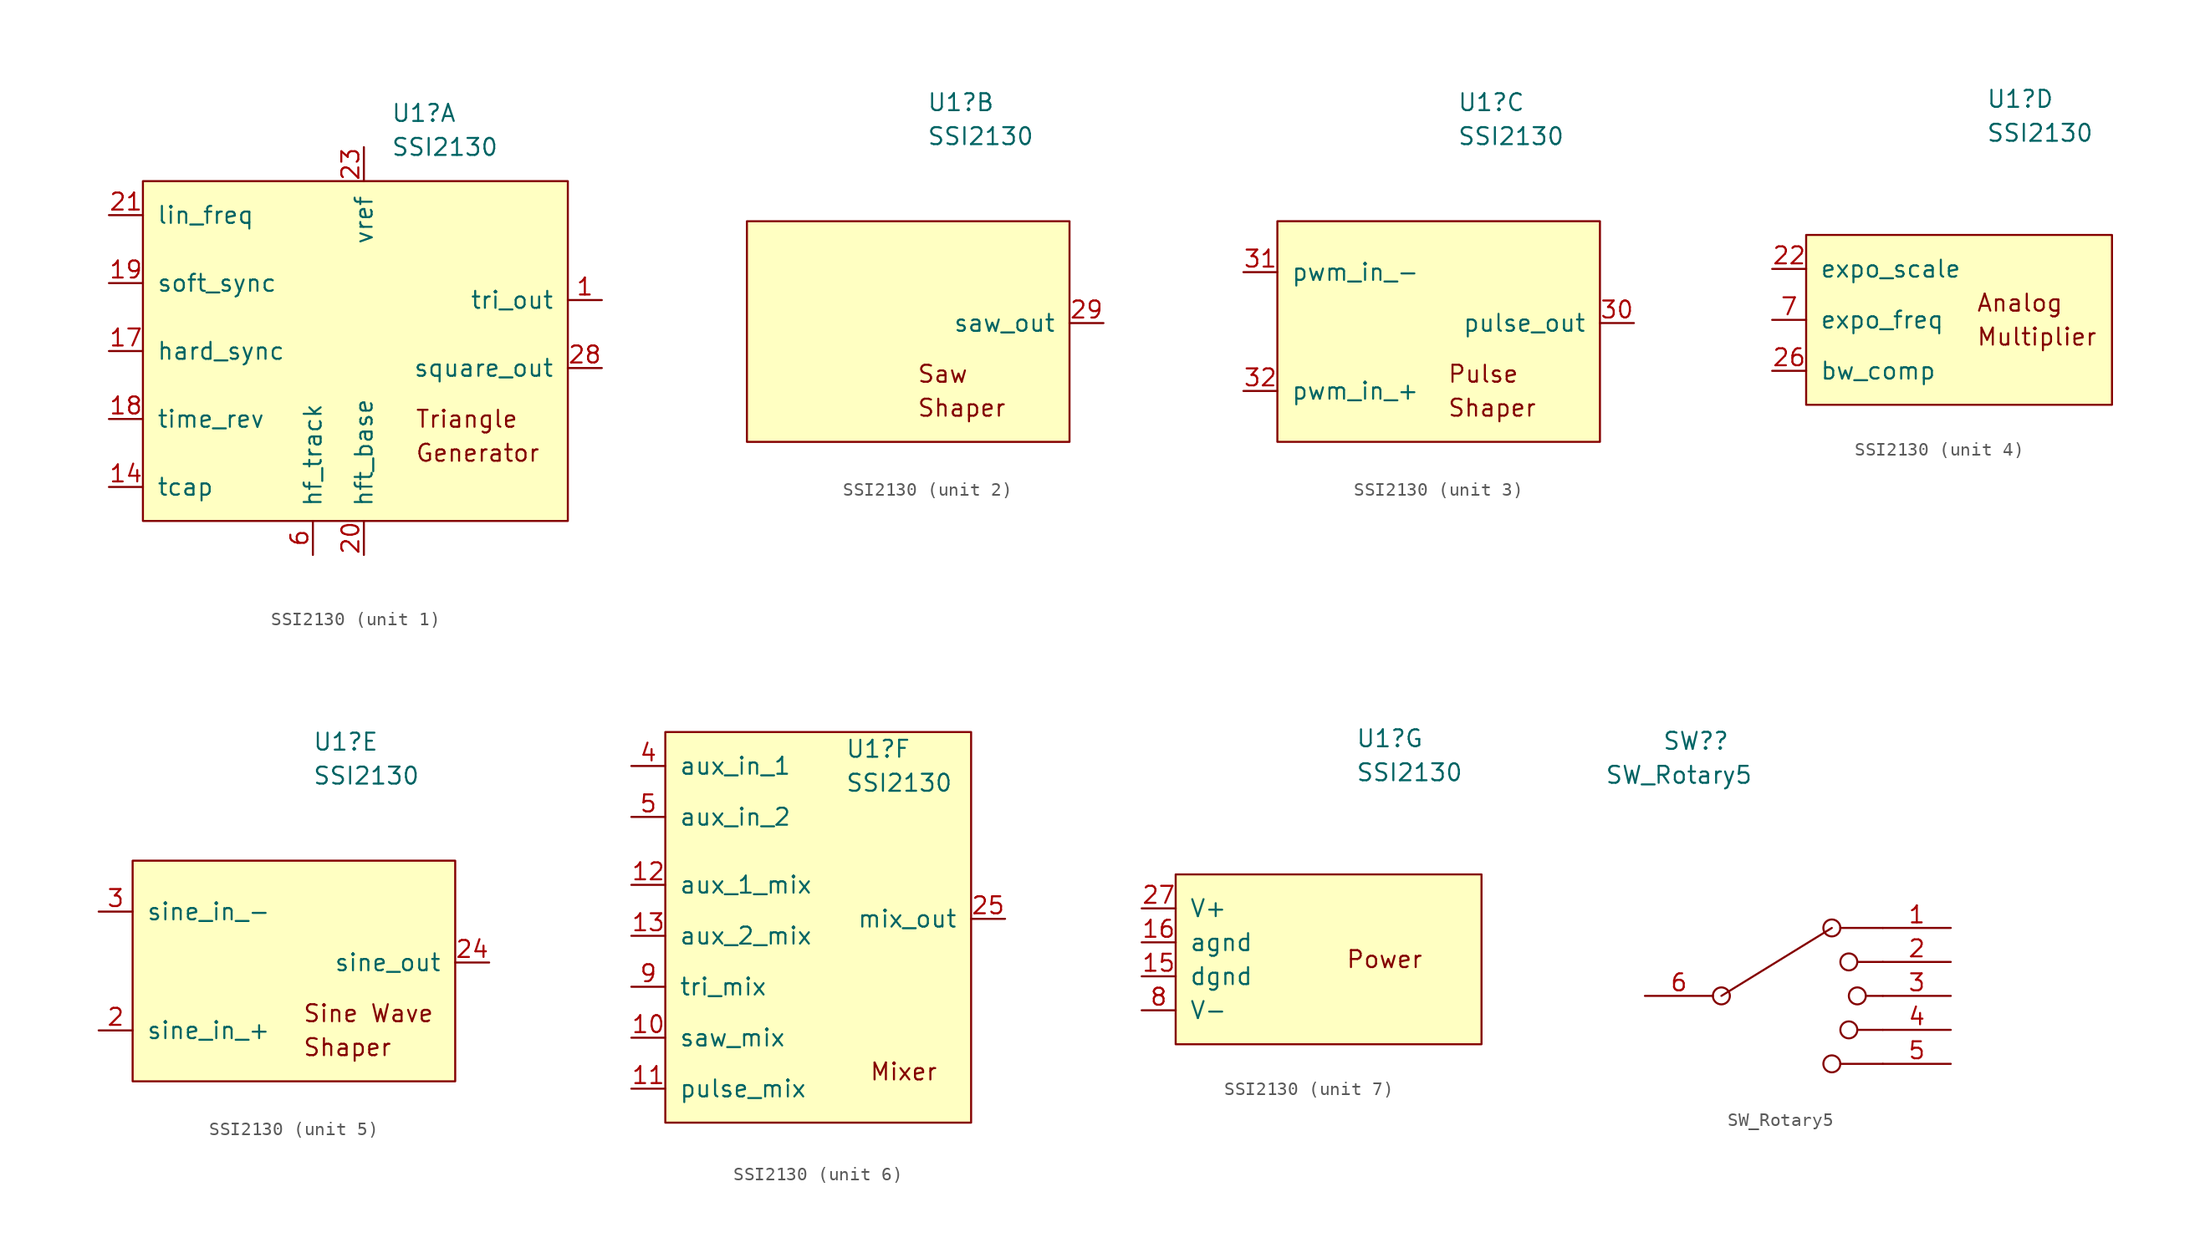
<source format=kicad_sym>
(kicad_symbol_lib
  (version 20211014)
  (generator kicad_symbol_editor)
  (symbol "SSI2130"
    (pin_names
      (offset 1.016))
    (property "Reference" "U1"
      (at 2.019 16.51 0)
      (effects (font (size 1.27 1.27)) (justify left)))
    (property "Value" "SSI2130"
      (at 2.019 13.97 0)
      (effects (font (size 1.27 1.27)) (justify left)))
    (property "ki_locked" ""
      (at 0 0 0)
      (effects (font (size 1.27 1.27))))
    (symbol "SSI2130_1_0"
      (polyline (pts (xy -16.51 11.43) (xy -16.51 -13.97) (xy 15.24 -13.97) (xy 15.24 11.43) (xy 6.35 11.43) (xy -16.51 11.43)) (stroke (width 0) (type default) (color 0 0 0 0)) (fill (type background)))
      (text "Generator" (at 3.81 -8.89 0) (effects (font (size 1.27 1.27)) (justify left)))
      (text "Triangle" (at 3.81 -6.35 0) (effects (font (size 1.27 1.27)) (justify left))))
    (symbol "SSI2130_1_1"
      (pin output line (at 17.78 2.54 180) (length 2.54) (name "tri_out" (effects (font (size 1.27 1.27)))) (number "1" (effects (font (size 1.27 1.27)))))
      (pin input line (at -19.05 -11.43 0) (length 2.54) (name "tcap" (effects (font (size 1.27 1.27)))) (number "14" (effects (font (size 1.27 1.27)))))
      (pin input line (at -19.05 -1.27 0) (length 2.54) (name "hard_sync" (effects (font (size 1.27 1.27)))) (number "17" (effects (font (size 1.27 1.27)))))
      (pin input line (at -19.05 -6.35 0) (length 2.54) (name "time_rev" (effects (font (size 1.27 1.27)))) (number "18" (effects (font (size 1.27 1.27)))))
      (pin input line (at -19.05 3.81 0) (length 2.54) (name "soft_sync" (effects (font (size 1.27 1.27)))) (number "19" (effects (font (size 1.27 1.27)))))
      (pin input line (at 0 -16.51 90) (length 2.54) (name "hft_base" (effects (font (size 1.27 1.27)))) (number "20" (effects (font (size 1.27 1.27)))))
      (pin input line (at -19.05 8.89 0) (length 2.54) (name "lin_freq" (effects (font (size 1.27 1.27)))) (number "21" (effects (font (size 1.27 1.27)))))
      (pin input line (at 0 13.97 270) (length 2.54) (name "vref" (effects (font (size 1.27 1.27)))) (number "23" (effects (font (size 1.27 1.27)))))
      (pin output line (at 17.78 -2.54 180) (length 2.54) (name "square_out" (effects (font (size 1.27 1.27)))) (number "28" (effects (font (size 1.27 1.27)))))
      (pin input line (at -3.81 -16.51 90) (length 2.54) (name "hf_track" (effects (font (size 1.27 1.27)))) (number "6" (effects (font (size 1.27 1.27))))))
    (symbol "SSI2130_2_1"
      (polyline (pts (xy -11.43 0) (xy -11.43 7.62) (xy 12.7 7.62) (xy 12.7 -8.89) (xy -11.43 -8.89) (xy -11.43 0)) (stroke (width 0) (type default) (color 0 0 0 0)) (fill (type background)))
      (text "Saw" (at 1.27 -3.81 0) (effects (font (size 1.27 1.27)) (justify left)))
      (text "Shaper" (at 1.27 -6.35 0) (effects (font (size 1.27 1.27)) (justify left)))
      (pin output line (at 15.24 0 180) (length 2.54) (name "saw_out" (effects (font (size 1.27 1.27)))) (number "29" (effects (font (size 1.27 1.27))))))
    (symbol "SSI2130_3_1"
      (polyline (pts (xy 12.7 7.62) (xy -11.43 7.62) (xy -11.43 -8.89) (xy 12.7 -8.89) (xy 12.7 7.62)) (stroke (width 0) (type default) (color 0 0 0 0)) (fill (type background)))
      (text "Pulse" (at 1.27 -3.81 0) (effects (font (size 1.27 1.27)) (justify left)))
      (text "Shaper" (at 1.27 -6.35 0) (effects (font (size 1.27 1.27)) (justify left)))
      (pin output line (at 15.24 0 180) (length 2.54) (name "pulse_out" (effects (font (size 1.27 1.27)))) (number "30" (effects (font (size 1.27 1.27)))))
      (pin input line (at -13.97 3.81 0) (length 2.54) (name "pwm_in_-" (effects (font (size 1.27 1.27)))) (number "31" (effects (font (size 1.27 1.27)))))
      (pin input line (at -13.97 -5.08 0) (length 2.54) (name "pwm_in_+" (effects (font (size 1.27 1.27)))) (number "32" (effects (font (size 1.27 1.27))))))
    (symbol "SSI2130_4_1"
      (polyline (pts (xy -11.43 6.35) (xy -11.43 -6.35) (xy 11.43 -6.35) (xy 11.43 6.35) (xy -11.43 6.35)) (stroke (width 0) (type default) (color 0 0 0 0)) (fill (type background)))
      (text "Analog" (at 1.27 1.27 0) (effects (font (size 1.27 1.27)) (justify left)))
      (text "Multiplier" (at 1.27 -1.27 0) (effects (font (size 1.27 1.27)) (justify left)))
      (pin input line (at -13.97 3.81 0) (length 2.54) (name "expo_scale" (effects (font (size 1.27 1.27)))) (number "22" (effects (font (size 1.27 1.27)))))
      (pin input line (at -13.97 -3.81 0) (length 2.54) (name "bw_comp" (effects (font (size 1.27 1.27)))) (number "26" (effects (font (size 1.27 1.27)))))
      (pin input line (at -13.97 0 0) (length 2.54) (name "expo_freq" (effects (font (size 1.27 1.27)))) (number "7" (effects (font (size 1.27 1.27))))))
    (symbol "SSI2130_5_1"
      (polyline (pts (xy -11.43 7.62) (xy -11.43 -8.89) (xy 12.7 -8.89) (xy 12.7 7.62) (xy -11.43 7.62)) (stroke (width 0) (type default) (color 0 0 0 0)) (fill (type background)))
      (text "Shaper" (at 1.27 -6.35 0) (effects (font (size 1.27 1.27)) (justify left)))
      (text "Sine Wave" (at 1.27 -3.81 0) (effects (font (size 1.27 1.27)) (justify left)))
      (pin input line (at -13.97 -5.08 0) (length 2.54) (name "sine_in_+" (effects (font (size 1.27 1.27)))) (number "2" (effects (font (size 1.27 1.27)))))
      (pin output line (at 15.24 0 180) (length 2.54) (name "sine_out" (effects (font (size 1.27 1.27)))) (number "24" (effects (font (size 1.27 1.27)))))
      (pin input line (at -13.97 3.81 0) (length 2.54) (name "sine_in_-" (effects (font (size 1.27 1.27)))) (number "3" (effects (font (size 1.27 1.27))))))
    (symbol "SSI2130_6_1"
      (polyline (pts (xy 11.43 -11.43) (xy -11.43 -11.43) (xy -11.43 10.16) (xy -11.43 17.78) (xy 11.43 17.78) (xy 11.43 -11.43)) (stroke (width 0) (type default) (color 0 0 0 0)) (fill (type background)))
      (text "Mixer" (at 3.81 -7.62 0) (effects (font (size 1.27 1.27)) (justify left)))
      (pin input line (at -13.97 -5.08 0) (length 2.54) (name "saw_mix" (effects (font (size 1.27 1.27)))) (number "10" (effects (font (size 1.27 1.27)))))
      (pin input line (at -13.97 -8.89 0) (length 2.54) (name "pulse_mix" (effects (font (size 1.27 1.27)))) (number "11" (effects (font (size 1.27 1.27)))))
      (pin input line (at -13.97 6.35 0) (length 2.54) (name "aux_1_mix" (effects (font (size 1.27 1.27)))) (number "12" (effects (font (size 1.27 1.27)))))
      (pin input line (at -13.97 2.54 0) (length 2.54) (name "aux_2_mix" (effects (font (size 1.27 1.27)))) (number "13" (effects (font (size 1.27 1.27)))))
      (pin output line (at 13.97 3.81 180) (length 2.54) (name "mix_out" (effects (font (size 1.27 1.27)))) (number "25" (effects (font (size 1.27 1.27)))))
      (pin input line (at -13.97 15.24 0) (length 2.54) (name "aux_in_1" (effects (font (size 1.27 1.27)))) (number "4" (effects (font (size 1.27 1.27)))))
      (pin input line (at -13.97 11.43 0) (length 2.54) (name "aux_in_2" (effects (font (size 1.27 1.27)))) (number "5" (effects (font (size 1.27 1.27)))))
      (pin input line (at -13.97 -1.27 0) (length 2.54) (name "tri_mix" (effects (font (size 1.27 1.27)))) (number "9" (effects (font (size 1.27 1.27))))))
    (symbol "SSI2130_7_1"
      (polyline (pts (xy -11.43 6.35) (xy -11.43 -6.35) (xy 11.43 -6.35) (xy 11.43 6.35) (xy -11.43 6.35)) (stroke (width 0) (type default) (color 0 0 0 0)) (fill (type background)))
      (text "Power" (at 1.27 0 0) (effects (font (size 1.27 1.27)) (justify left)))
      (pin power_in line (at -13.97 -1.27 0) (length 2.54) (name "dgnd" (effects (font (size 1.27 1.27)))) (number "15" (effects (font (size 1.27 1.27)))))
      (pin power_in line (at -13.97 1.27 0) (length 2.54) (name "agnd" (effects (font (size 1.27 1.27)))) (number "16" (effects (font (size 1.27 1.27)))))
      (pin power_in line (at -13.97 3.81 0) (length 2.54) (name "V+" (effects (font (size 1.27 1.27)))) (number "27" (effects (font (size 1.27 1.27)))))
      (pin power_in line (at -13.97 -3.81 0) (length 2.54) (name "V-" (effects (font (size 1.27 1.27)))) (number "8" (effects (font (size 1.27 1.27)))))))
  (symbol "SW_Rotary5"
    (pin_names
      (offset 1.016) hide)
    (property "Reference" "SW?"
      (at -6.35 19.05 0)
      (effects (font (size 1.27 1.27))))
    (property "Value" "SW_Rotary5"
      (at -7.62 16.51 0)
      (effects (font (size 1.27 1.27))))
    (symbol "SW_Rotary5_0_0"
      (circle (center -4.445 0) (radius 0.635) (stroke (width 0) (type default) (color 0 0 0 0)) (fill (type none)))
      (polyline (pts (xy -4.445 0) (xy 3.81 5.08)) (stroke (width 0) (type default) (color 0 0 0 0)) (fill (type none)))
      (polyline (pts (xy 4.445 -5.08) (xy 7.62 -5.08)) (stroke (width 0) (type default) (color 0 0 0 0)) (fill (type none)))
      (polyline (pts (xy 4.445 5.08) (xy 7.62 5.08)) (stroke (width 0) (type default) (color 0 0 0 0)) (fill (type none)))
      (polyline (pts (xy 5.715 -2.54) (xy 7.62 -2.54)) (stroke (width 0) (type default) (color 0 0 0 0)) (fill (type none)))
      (polyline (pts (xy 5.715 2.54) (xy 7.62 2.54)) (stroke (width 0) (type default) (color 0 0 0 0)) (fill (type none)))
      (polyline (pts (xy 6.35 0) (xy 7.62 0)) (stroke (width 0) (type default) (color 0 0 0 0)) (fill (type none)))
      (circle (center 3.81 -5.08) (radius 0.635) (stroke (width 0) (type default) (color 0 0 0 0)) (fill (type none)))
      (circle (center 3.81 5.08) (radius 0.635) (stroke (width 0) (type default) (color 0 0 0 0)) (fill (type none)))
      (circle (center 5.08 -2.54) (radius 0.635) (stroke (width 0) (type default) (color 0 0 0 0)) (fill (type none)))
      (circle (center 5.08 2.54) (radius 0.635) (stroke (width 0) (type default) (color 0 0 0 0)) (fill (type none)))
      (circle (center 5.715 0) (radius 0.635) (stroke (width 0) (type default) (color 0 0 0 0)) (fill (type none))))
    (symbol "SW_Rotary5_1_1"
      (pin passive line (at 12.7 5.08 180) (length 5.08) (name "1" (effects (font (size 1.27 1.27)))) (number "1" (effects (font (size 1.27 1.27)))))
      (pin passive line (at 12.7 2.54 180) (length 5.08) (name "2" (effects (font (size 1.27 1.27)))) (number "2" (effects (font (size 1.27 1.27)))))
      (pin passive line (at 12.7 0 180) (length 5.08) (name "3" (effects (font (size 1.27 1.27)))) (number "3" (effects (font (size 1.27 1.27)))))
      (pin passive line (at 12.7 -2.54 180) (length 5.08) (name "4" (effects (font (size 1.27 1.27)))) (number "4" (effects (font (size 1.27 1.27)))))
      (pin passive line (at 12.7 -5.08 180) (length 5.08) (name "5" (effects (font (size 1.27 1.27)))) (number "5" (effects (font (size 1.27 1.27)))))
      (pin passive line (at -10.16 0 0) (length 5.08) (name "6" (effects (font (size 1.27 1.27)))) (number "6" (effects (font (size 1.27 1.27))))))))
</source>
